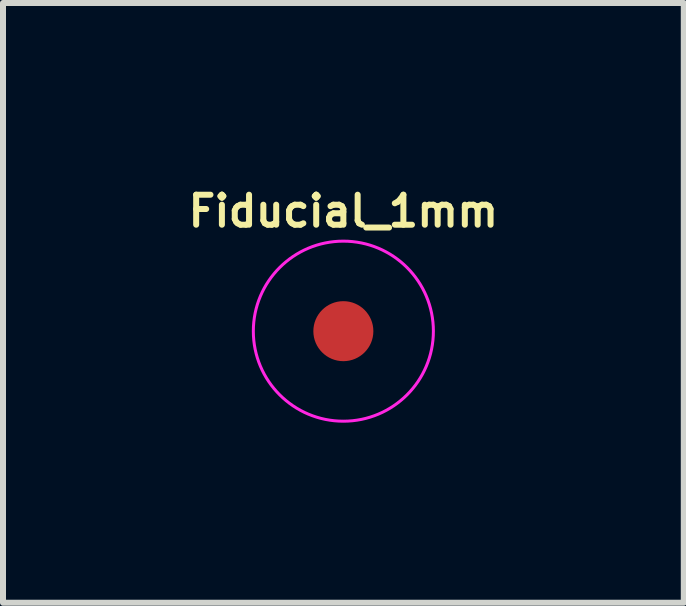
<source format=kicad_pcb>
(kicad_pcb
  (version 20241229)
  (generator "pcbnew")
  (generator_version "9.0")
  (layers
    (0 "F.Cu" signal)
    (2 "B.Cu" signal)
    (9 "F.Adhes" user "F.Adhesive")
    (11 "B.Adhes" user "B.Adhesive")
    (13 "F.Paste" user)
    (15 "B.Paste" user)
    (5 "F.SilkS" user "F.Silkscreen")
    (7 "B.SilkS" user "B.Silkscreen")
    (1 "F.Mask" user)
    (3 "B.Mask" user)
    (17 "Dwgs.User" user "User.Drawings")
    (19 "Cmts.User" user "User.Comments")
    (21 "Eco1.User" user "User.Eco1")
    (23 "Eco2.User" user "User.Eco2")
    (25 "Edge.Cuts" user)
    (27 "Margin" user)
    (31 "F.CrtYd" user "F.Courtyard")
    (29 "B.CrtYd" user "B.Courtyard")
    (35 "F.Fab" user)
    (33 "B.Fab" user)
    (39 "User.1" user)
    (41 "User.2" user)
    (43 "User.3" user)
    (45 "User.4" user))
  (footprint "Fiducial_1mm"
    (layer "F.Cu")
    (at 2.671 2.468)
    (property "Reference" "Fiducial_1mm" (at 0 -2 0) (layer "F.SilkS") (effects (font (size 0.5 0.5) (thickness 0.1))))
    (attr exclude_from_pos_files exclude_from_bom)
    (fp_circle (center 0 0) (end 1.5 0) (stroke (width 0.05) (type solid)) (fill no) (layer "F.CrtYd"))
    (pad "" smd circle (at 0 0) (size 1 1) (layers "F.Cu" "F.Mask")))
  (gr_rect
    (start -3 -3)
    (end 8.343 6.993)
    (stroke (width 0.1) (type default))
    (fill no)
    (layer "Edge.Cuts")))
</source>
